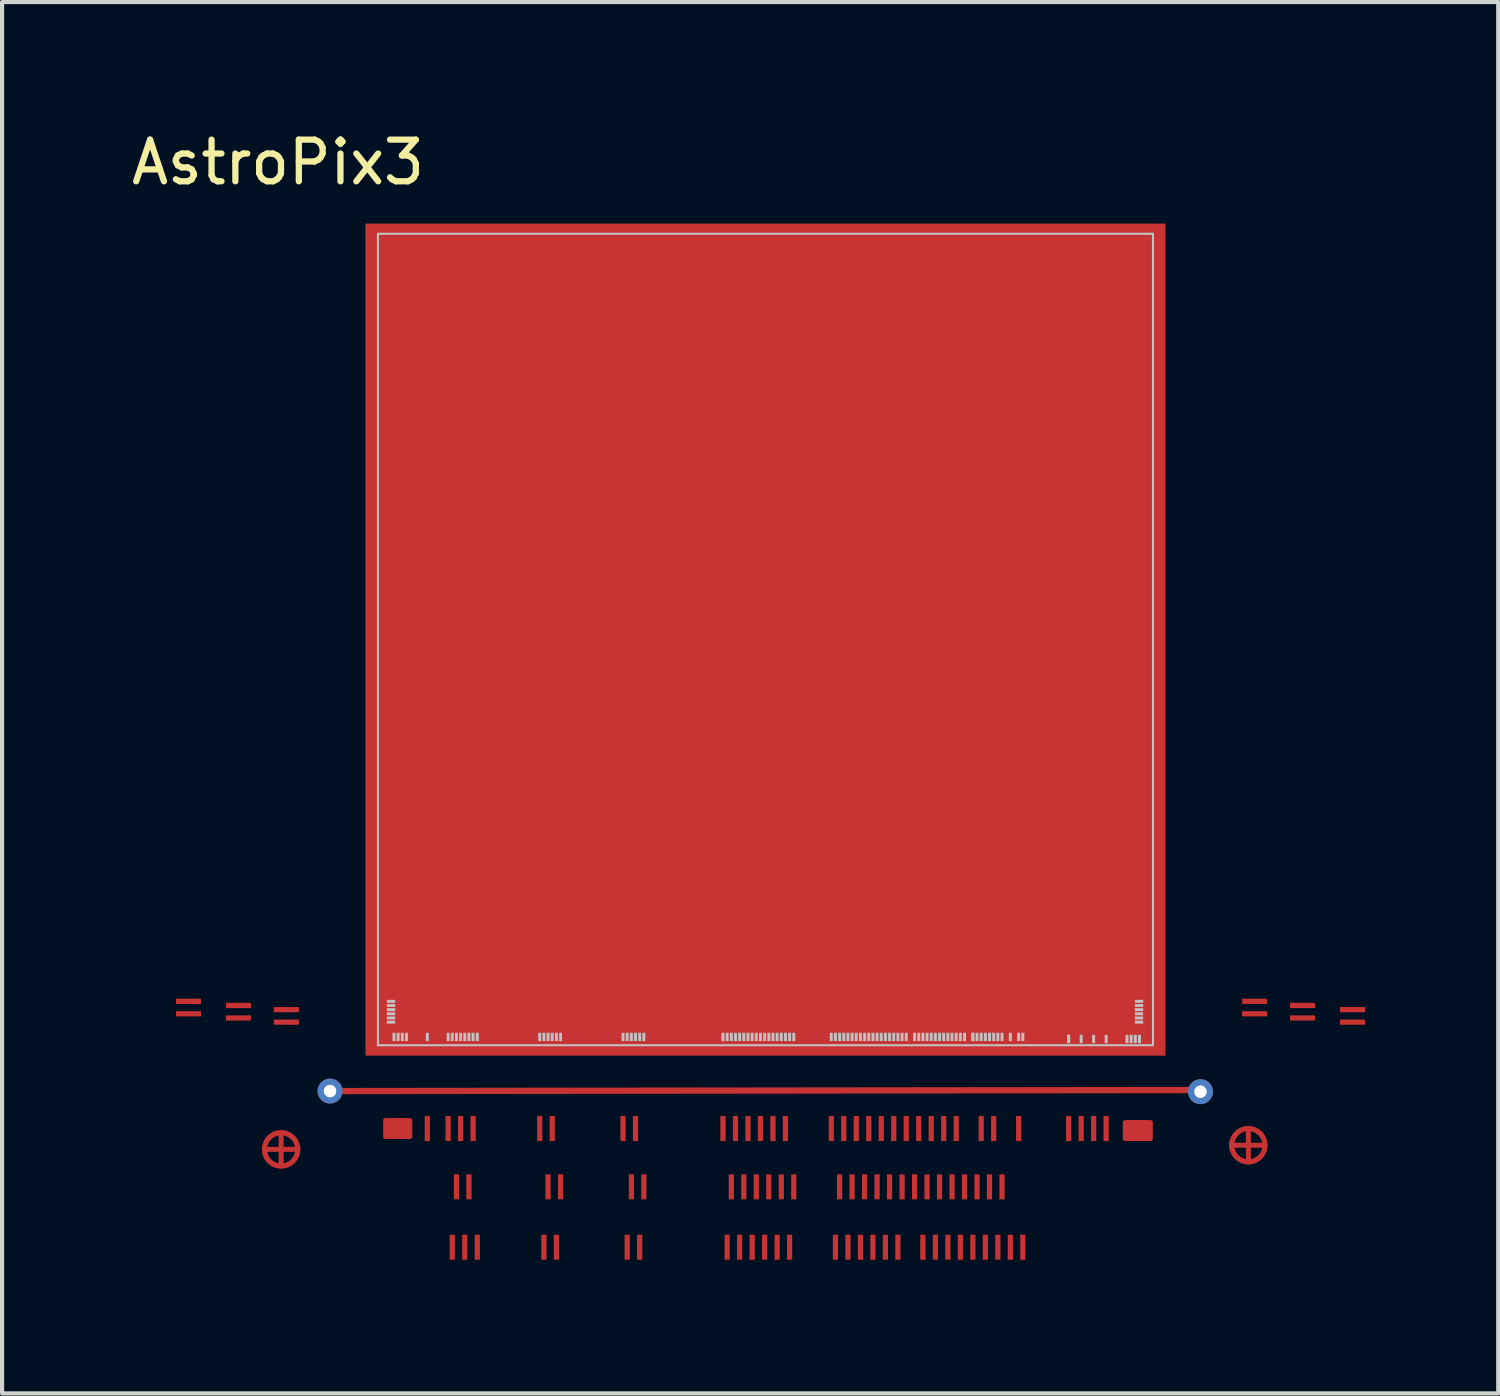
<source format=kicad_pcb>
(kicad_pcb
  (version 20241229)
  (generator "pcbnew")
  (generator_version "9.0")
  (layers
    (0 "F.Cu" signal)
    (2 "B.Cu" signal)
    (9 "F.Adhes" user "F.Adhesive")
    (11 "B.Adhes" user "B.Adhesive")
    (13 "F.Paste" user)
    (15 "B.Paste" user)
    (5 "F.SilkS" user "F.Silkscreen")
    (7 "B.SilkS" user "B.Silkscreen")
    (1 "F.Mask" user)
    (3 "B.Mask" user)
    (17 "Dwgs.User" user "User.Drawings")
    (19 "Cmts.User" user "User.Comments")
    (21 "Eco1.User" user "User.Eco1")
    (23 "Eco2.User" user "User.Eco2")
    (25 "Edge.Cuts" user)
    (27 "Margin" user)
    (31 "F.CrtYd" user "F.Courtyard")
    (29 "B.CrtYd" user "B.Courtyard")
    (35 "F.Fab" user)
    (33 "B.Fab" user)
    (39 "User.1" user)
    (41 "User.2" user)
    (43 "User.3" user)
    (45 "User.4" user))
  (footprint "AstroPix3"
    (layer "F.Cu")
    (at 6.025 22.048)
    (property "Reference" "AstroPix3" (at -2.4 -21.2 0) (layer "F.SilkS") (effects (font (size 1 1) (thickness 0.15))))
    (attr smd)
    (fp_line (start -2.675 2.5) (end -1.925 2.5) (stroke (width 0.12) (type solid)) (layer "F.Cu"))
    (fp_line (start -2.325 2.15) (end -2.325 2.9) (stroke (width 0.12) (type solid)) (layer "F.Cu"))
    (fp_line (start -1.15 1.1) (end 19.61 1.075) (stroke (width 0.15) (type solid)) (layer "F.Cu"))
    (fp_line (start 11.225 -12.5) (end 11.975 -12.5) (stroke (width 0.12) (type solid)) (layer "F.Cu"))
    (fp_line (start 11.575 -12.85) (end 11.575 -12.1) (stroke (width 0.12) (type solid)) (layer "F.Cu"))
    (fp_line (start 20.55 2.4) (end 21.3 2.4) (stroke (width 0.12) (type solid)) (layer "F.Cu"))
    (fp_line (start 20.9 2.05) (end 20.9 2.8) (stroke (width 0.12) (type solid)) (layer "F.Cu"))
    (fp_circle (center -2.325 2.5) (end -1.925 2.5) (stroke (width 0.125) (type solid)) (fill no) (layer "F.Cu"))
    (fp_circle (center 11.575 -12.5) (end 11.975 -12.5) (stroke (width 0.125) (type solid)) (fill no) (layer "F.Cu"))
    (fp_circle (center 20.9 2.4) (end 21.3 2.4) (stroke (width 0.125) (type solid)) (fill no) (layer "F.Cu"))
    (fp_poly (pts (xy 0.775 2.2) (xy 0.175 2.2) (xy 0.175 1.8) (xy 0.775 1.8)) (stroke (width 0.1) (type solid)) (fill yes) (layer "F.Cu"))
    (fp_poly (pts (xy 18.555 2.25) (xy 17.935 2.25) (xy 17.935 1.85) (xy 18.555 1.85)) (stroke (width 0.1) (type solid)) (fill yes) (layer "F.Cu"))
    (fp_rect (start -0.4 1.5) (end 18.8 2.5) (stroke (width 0.12) (type solid)) (fill yes) (layer "F.Mask"))
    (fp_rect (start 1.585 2.9) (end 15.34 3.9) (stroke (width 0.12) (type solid)) (fill yes) (layer "F.Mask"))
    (fp_rect (start 1.595 4.3) (end 15.76 5.3) (stroke (width 0.12) (type solid)) (fill yes) (layer "F.Mask"))
    (fp_circle (center -2.325 2.5) (end -1.95 2.5) (stroke (width 0.2) (type solid)) (fill yes) (layer "F.Mask"))
    (fp_circle (center 11.575 -12.5) (end 11.95 -12.5) (stroke (width 0.2) (type solid)) (fill no) (layer "F.Mask"))
    (fp_circle (center 20.9 2.4) (end 21.275 2.4) (stroke (width 0.2) (type solid)) (fill yes) (layer "F.Mask"))
    (fp_poly (pts (xy -1.8 -0.3) (xy -5 -0.3) (xy -5 -1.15) (xy -1.8 -1.15)) (stroke (width 0.1) (type solid)) (fill yes) (layer "F.Mask"))
    (fp_poly (pts (xy 19.85 1.1) (xy -1.15 1.1) (xy -1.15 -20.5) (xy 19.85 -20.5)) (stroke (width 0.1) (type solid)) (fill yes) (layer "F.Mask"))
    (fp_poly (pts (xy 23.85 -0.4) (xy 20.65 -0.4) (xy 20.65 -1.25) (xy 23.85 -1.25)) (stroke (width 0.1) (type solid)) (fill yes) (layer "F.Mask"))
    (fp_poly (pts (xy 11.8 -12.8) (xy 11.95 -12.55) (xy 11.825 -12.2) (xy 11.35 -12.175) (xy 11.2 -12.625) (xy 11.525 -12.875) (xy 11.55 -12.875)) (stroke (width 0.1) (type solid)) (fill yes) (layer "F.Mask"))
    (fp_line (start 0 -19.485) (end 0 0) (stroke (width 0.05) (type solid)) (layer "Dwgs.User"))
    (fp_line (start 18.61 -19.485) (end 0 -19.485) (stroke (width 0.05) (type solid)) (layer "Dwgs.User"))
    (fp_line (start 18.61 -19.485) (end 18.61 0) (stroke (width 0.05) (type solid)) (layer "Dwgs.User"))
    (fp_line (start 18.61 0) (end 0 0) (stroke (width 0.05) (type solid)) (layer "Dwgs.User"))
    (pad "" smd rect (at 0.315 -1.055 90) (size 0.07 0.2) (layers "Dwgs.User"))
    (pad "" smd rect (at 0.315 -0.955 90) (size 0.07 0.2) (layers "Dwgs.User"))
    (pad "" smd rect (at 0.315 -0.855 90) (size 0.07 0.2) (layers "Dwgs.User"))
    (pad "" smd rect (at 0.315 -0.755 90) (size 0.07 0.2) (layers "Dwgs.User"))
    (pad "" smd rect (at 0.315 -0.655 90) (size 0.07 0.2) (layers "Dwgs.User"))
    (pad "" smd rect (at 0.315 -0.555 90) (size 0.07 0.2) (layers "Dwgs.User"))
    (pad "" smd rect (at 0.385 -0.2) (size 0.07 0.2) (layers "Dwgs.User"))
    (pad "" smd rect (at 0.485 -0.2) (size 0.07 0.2) (layers "Dwgs.User"))
    (pad "" smd rect (at 0.585 -0.2) (size 0.07 0.2) (layers "Dwgs.User"))
    (pad "" smd rect (at 0.685 -0.2) (size 0.07 0.2) (layers "Dwgs.User"))
    (pad "" smd rect (at 1.185 -0.2) (size 0.07 0.2) (layers "Dwgs.User"))
    (pad "" smd rect (at 1.685 -0.2) (size 0.07 0.2) (layers "Dwgs.User"))
    (pad "" smd rect (at 1.785 -0.2) (size 0.07 0.2) (layers "Dwgs.User"))
    (pad "" smd rect (at 1.885 -0.2) (size 0.07 0.2) (layers "Dwgs.User"))
    (pad "" smd rect (at 1.985 -0.2) (size 0.07 0.2) (layers "Dwgs.User"))
    (pad "" smd rect (at 2.085 -0.2) (size 0.07 0.2) (layers "Dwgs.User"))
    (pad "" smd rect (at 2.185 -0.2) (size 0.07 0.2) (layers "Dwgs.User"))
    (pad "" smd rect (at 2.285 -0.2) (size 0.07 0.2) (layers "Dwgs.User"))
    (pad "" smd rect (at 2.385 -0.2) (size 0.07 0.2) (layers "Dwgs.User"))
    (pad "" smd rect (at 3.885 -0.2) (size 0.07 0.2) (layers "Dwgs.User"))
    (pad "" smd rect (at 3.985 -0.2) (size 0.07 0.2) (layers "Dwgs.User"))
    (pad "" smd rect (at 4.085 -0.2) (size 0.07 0.2) (layers "Dwgs.User"))
    (pad "" smd rect (at 4.185 -0.2) (size 0.07 0.2) (layers "Dwgs.User"))
    (pad "" smd rect (at 4.285 -0.2) (size 0.07 0.2) (layers "Dwgs.User"))
    (pad "" smd rect (at 4.385 -0.2) (size 0.07 0.2) (layers "Dwgs.User"))
    (pad "" smd rect (at 5.885 -0.2) (size 0.07 0.2) (layers "Dwgs.User"))
    (pad "" smd rect (at 5.985 -0.2) (size 0.07 0.2) (layers "Dwgs.User"))
    (pad "" smd rect (at 6.085 -0.2) (size 0.07 0.2) (layers "Dwgs.User"))
    (pad "" smd rect (at 6.185 -0.2) (size 0.07 0.2) (layers "Dwgs.User"))
    (pad "" smd rect (at 6.285 -0.2) (size 0.07 0.2) (layers "Dwgs.User"))
    (pad "" smd rect (at 6.385 -0.2) (size 0.07 0.2) (layers "Dwgs.User"))
    (pad "" smd rect (at 8.285 -0.2) (size 0.07 0.2) (layers "Dwgs.User"))
    (pad "" smd rect (at 8.385 -0.2) (size 0.07 0.2) (layers "Dwgs.User"))
    (pad "" smd rect (at 8.485 -0.2) (size 0.07 0.2) (layers "Dwgs.User"))
    (pad "" smd rect (at 8.585 -0.2) (size 0.07 0.2) (layers "Dwgs.User"))
    (pad "" smd rect (at 8.685 -0.2) (size 0.07 0.2) (layers "Dwgs.User"))
    (pad "" smd rect (at 8.785 -0.2) (size 0.07 0.2) (layers "Dwgs.User"))
    (pad "" smd rect (at 8.885 -0.2) (size 0.07 0.2) (layers "Dwgs.User"))
    (pad "" smd rect (at 8.985 -0.2) (size 0.07 0.2) (layers "Dwgs.User"))
    (pad "" smd rect (at 9.085 -0.2) (size 0.07 0.2) (layers "Dwgs.User"))
    (pad "" smd rect (at 9.185 -0.2) (size 0.07 0.2) (layers "Dwgs.User"))
    (pad "" smd rect (at 9.285 -0.2) (size 0.07 0.2) (layers "Dwgs.User"))
    (pad "" smd rect (at 9.385 -0.2) (size 0.07 0.2) (layers "Dwgs.User"))
    (pad "" smd rect (at 9.485 -0.2) (size 0.07 0.2) (layers "Dwgs.User"))
    (pad "" smd rect (at 9.585 -0.2) (size 0.07 0.2) (layers "Dwgs.User"))
    (pad "" smd rect (at 9.685 -0.2) (size 0.07 0.2) (layers "Dwgs.User"))
    (pad "" smd rect (at 9.785 -0.2) (size 0.07 0.2) (layers "Dwgs.User"))
    (pad "" smd rect (at 9.885 -0.2) (size 0.07 0.2) (layers "Dwgs.User"))
    (pad "" smd rect (at 9.985 -0.2) (size 0.07 0.2) (layers "Dwgs.User"))
    (pad "" smd rect (at 10.885 -0.2) (size 0.07 0.2) (layers "Dwgs.User"))
    (pad "" smd rect (at 10.985 -0.2) (size 0.07 0.2) (layers "Dwgs.User"))
    (pad "" smd rect (at 11.085 -0.2) (size 0.07 0.2) (layers "Dwgs.User"))
    (pad "" smd rect (at 11.185 -0.2) (size 0.07 0.2) (layers "Dwgs.User"))
    (pad "" smd rect (at 11.285 -0.2) (size 0.07 0.2) (layers "Dwgs.User"))
    (pad "" smd rect (at 11.385 -0.2) (size 0.07 0.2) (layers "Dwgs.User"))
    (pad "" smd rect (at 11.485 -0.2) (size 0.07 0.2) (layers "Dwgs.User"))
    (pad "" smd rect (at 11.585 -0.2) (size 0.07 0.2) (layers "Dwgs.User"))
    (pad "" smd rect (at 11.685 -0.2) (size 0.07 0.2) (layers "Dwgs.User"))
    (pad "" smd rect (at 11.785 -0.2) (size 0.07 0.2) (layers "Dwgs.User"))
    (pad "" smd rect (at 11.885 -0.2) (size 0.07 0.2) (layers "Dwgs.User"))
    (pad "" smd rect (at 11.985 -0.2) (size 0.07 0.2) (layers "Dwgs.User"))
    (pad "" smd rect (at 12.085 -0.2) (size 0.07 0.2) (layers "Dwgs.User"))
    (pad "" smd rect (at 12.185 -0.2) (size 0.07 0.2) (layers "Dwgs.User"))
    (pad "" smd rect (at 12.285 -0.2) (size 0.07 0.2) (layers "Dwgs.User"))
    (pad "" smd rect (at 12.385 -0.2) (size 0.07 0.2) (layers "Dwgs.User"))
    (pad "" smd rect (at 12.485 -0.2) (size 0.07 0.2) (layers "Dwgs.User"))
    (pad "" smd rect (at 12.585 -0.2) (size 0.07 0.2) (layers "Dwgs.User"))
    (pad "" smd rect (at 12.685 -0.2) (size 0.07 0.2) (layers "Dwgs.User"))
    (pad "" smd rect (at 12.885 -0.2) (size 0.07 0.2) (layers "Dwgs.User"))
    (pad "" smd rect (at 12.985 -0.2) (size 0.07 0.2) (layers "Dwgs.User"))
    (pad "" smd rect (at 13.085 -0.2) (size 0.07 0.2) (layers "Dwgs.User"))
    (pad "" smd rect (at 13.185 -0.2) (size 0.07 0.2) (layers "Dwgs.User"))
    (pad "" smd rect (at 13.285 -0.2) (size 0.07 0.2) (layers "Dwgs.User"))
    (pad "" smd rect (at 13.385 -0.2) (size 0.07 0.2) (layers "Dwgs.User"))
    (pad "" smd rect (at 13.485 -0.2) (size 0.07 0.2) (layers "Dwgs.User"))
    (pad "" smd rect (at 13.585 -0.2) (size 0.07 0.2) (layers "Dwgs.User"))
    (pad "" smd rect (at 13.685 -0.2) (size 0.07 0.2) (layers "Dwgs.User"))
    (pad "" smd rect (at 13.785 -0.2) (size 0.07 0.2) (layers "Dwgs.User"))
    (pad "" smd rect (at 13.885 -0.2) (size 0.07 0.2) (layers "Dwgs.User"))
    (pad "" smd rect (at 13.985 -0.2) (size 0.07 0.2) (layers "Dwgs.User"))
    (pad "" smd rect (at 14.085 -0.2) (size 0.07 0.2) (layers "Dwgs.User"))
    (pad "" smd rect (at 14.285 -0.2) (size 0.07 0.2) (layers "Dwgs.User"))
    (pad "" smd rect (at 14.285 -0.2) (size 0.07 0.2) (layers "Dwgs.User"))
    (pad "" smd rect (at 14.385 -0.2) (size 0.07 0.2) (layers "Dwgs.User"))
    (pad "" smd rect (at 14.485 -0.2) (size 0.07 0.2) (layers "Dwgs.User"))
    (pad "" smd rect (at 14.585 -0.2) (size 0.07 0.2) (layers "Dwgs.User"))
    (pad "" smd rect (at 14.685 -0.2) (size 0.07 0.2) (layers "Dwgs.User"))
    (pad "" smd rect (at 14.785 -0.2) (size 0.07 0.2) (layers "Dwgs.User"))
    (pad "" smd rect (at 14.885 -0.2) (size 0.07 0.2) (layers "Dwgs.User"))
    (pad "" smd rect (at 14.985 -0.2) (size 0.07 0.2) (layers "Dwgs.User"))
    (pad "" smd rect (at 15.185 -0.2) (size 0.07 0.2) (layers "Dwgs.User"))
    (pad "" smd rect (at 15.385 -0.2) (size 0.07 0.2) (layers "Dwgs.User"))
    (pad "" smd rect (at 15.485 -0.2) (size 0.07 0.2) (layers "Dwgs.User"))
    (pad "" smd rect (at 16.585 -0.15) (size 0.07 0.2) (layers "Dwgs.User"))
    (pad "" smd rect (at 16.585 -0.15) (size 0.07 0.2) (layers "Dwgs.User"))
    (pad "" smd rect (at 16.885 -0.15) (size 0.07 0.2) (layers "Dwgs.User"))
    (pad "" smd rect (at 17.185 -0.15) (size 0.07 0.2) (layers "Dwgs.User"))
    (pad "" smd rect (at 17.485 -0.15) (size 0.07 0.2) (layers "Dwgs.User"))
    (pad "" smd rect (at 17.985 -0.15) (size 0.07 0.2) (layers "Dwgs.User"))
    (pad "" smd rect (at 18.085 -0.15) (size 0.07 0.2) (layers "Dwgs.User"))
    (pad "" smd rect (at 18.185 -0.15) (size 0.07 0.2) (layers "Dwgs.User"))
    (pad "" smd rect (at 18.275 -1.055 90) (size 0.07 0.2) (layers "Dwgs.User"))
    (pad "" smd rect (at 18.275 -0.955 90) (size 0.07 0.2) (layers "Dwgs.User"))
    (pad "" smd rect (at 18.275 -0.855 90) (size 0.07 0.2) (layers "Dwgs.User"))
    (pad "" smd rect (at 18.275 -0.755 90) (size 0.07 0.2) (layers "Dwgs.User"))
    (pad "" smd rect (at 18.275 -0.655 90) (size 0.07 0.2) (layers "Dwgs.User"))
    (pad "" smd rect (at 18.275 -0.555 90) (size 0.07 0.2) (layers "Dwgs.User"))
    (pad "" smd rect (at 18.285 -0.15) (size 0.07 0.2) (layers "Dwgs.User"))
    (pad "B0" smd rect (at 9.305 -9.74) (size 19.21 19.98) (layers "F.Cu" "F.Mask" "F.Paste"))
    (pad "B1" smd rect (at 0.325 2) (size 0.125 0.5) (layers "F.Cu" "F.Mask" "F.Paste"))
    (pad "B2" smd rect (at 0.45 2) (size 0.125 0.5) (layers "F.Cu" "F.Mask" "F.Paste"))
    (pad "B3" smd rect (at 0.575 2) (size 0.125 0.5) (layers "F.Cu" "F.Mask" "F.Paste"))
    (pad "B4" smd rect (at 0.71 2) (size 0.125 0.5) (layers "F.Cu" "F.Mask" "F.Paste"))
    (pad "B5" smd rect (at 1.185 2) (size 0.125 0.6) (layers "F.Cu" "F.Mask" "F.Paste"))
    (pad "B6" smd rect (at 1.685 2) (size 0.125 0.6) (layers "F.Cu" "F.Mask" "F.Paste"))
    (pad "B7" smd rect (at 1.785 4.85) (size 0.125 0.6) (layers "F.Cu" "F.Mask" "F.Paste"))
    (pad "B8" smd rect (at 1.885 3.4) (size 0.125 0.6) (layers "F.Cu" "F.Mask" "F.Paste"))
    (pad "B9" smd rect (at 1.985 2) (size 0.125 0.6) (layers "F.Cu" "F.Mask" "F.Paste"))
    (pad "B10" smd rect (at 2.085 4.85) (size 0.125 0.6) (layers "F.Cu" "F.Mask" "F.Paste"))
    (pad "B11" smd rect (at 2.185 3.4) (size 0.125 0.6) (layers "F.Cu" "F.Mask" "F.Paste"))
    (pad "B12" smd rect (at 2.285 2) (size 0.125 0.6) (layers "F.Cu" "F.Mask" "F.Paste"))
    (pad "B13" smd rect (at 2.385 4.85) (size 0.125 0.6) (layers "F.Cu" "F.Mask" "F.Paste"))
    (pad "B14" smd rect (at 3.885 2) (size 0.125 0.6) (layers "F.Cu" "F.Mask" "F.Paste"))
    (pad "B15" smd rect (at 3.985 4.85) (size 0.125 0.6) (layers "F.Cu" "F.Mask" "F.Paste"))
    (pad "B16" smd rect (at 4.085 3.4) (size 0.125 0.6) (layers "F.Cu" "F.Mask" "F.Paste"))
    (pad "B17" smd rect (at 4.185 2) (size 0.125 0.6) (layers "F.Cu" "F.Mask" "F.Paste"))
    (pad "B18" smd rect (at 4.285 4.85) (size 0.125 0.6) (layers "F.Cu" "F.Mask" "F.Paste"))
    (pad "B19" smd rect (at 4.385 3.4) (size 0.125 0.6) (layers "F.Cu" "F.Mask" "F.Paste"))
    (pad "B20" smd rect (at 5.885 2) (size 0.125 0.6) (layers "F.Cu" "F.Mask" "F.Paste"))
    (pad "B21" smd rect (at 5.985 4.85) (size 0.125 0.6) (layers "F.Cu" "F.Mask" "F.Paste"))
    (pad "B22" smd rect (at 6.085 3.4) (size 0.125 0.6) (layers "F.Cu" "F.Mask" "F.Paste"))
    (pad "B23" smd rect (at 6.185 2) (size 0.125 0.6) (layers "F.Cu" "F.Mask" "F.Paste"))
    (pad "B24" smd rect (at 6.285 4.85) (size 0.125 0.6) (layers "F.Cu" "F.Mask" "F.Paste"))
    (pad "B25" smd rect (at 6.385 3.4) (size 0.125 0.6) (layers "F.Cu" "F.Mask" "F.Paste"))
    (pad "B26" smd rect (at 8.285 2) (size 0.125 0.6) (layers "F.Cu" "F.Mask" "F.Paste"))
    (pad "B27" smd rect (at 8.385 4.85) (size 0.125 0.6) (layers "F.Cu" "F.Mask" "F.Paste"))
    (pad "B28" smd rect (at 8.485 3.4) (size 0.125 0.6) (layers "F.Cu" "F.Mask" "F.Paste"))
    (pad "B29" smd rect (at 8.585 2) (size 0.125 0.6) (layers "F.Cu" "F.Mask" "F.Paste"))
    (pad "B30" smd rect (at 8.685 4.85) (size 0.125 0.6) (layers "F.Cu" "F.Mask" "F.Paste"))
    (pad "B31" smd rect (at 8.785 3.4) (size 0.125 0.6) (layers "F.Cu" "F.Mask" "F.Paste"))
    (pad "B32" smd rect (at 8.885 2) (size 0.125 0.6) (layers "F.Cu" "F.Mask" "F.Paste"))
    (pad "B33" smd rect (at 8.985 4.85) (size 0.125 0.6) (layers "F.Cu" "F.Mask" "F.Paste"))
    (pad "B34" smd rect (at 9.085 3.4) (size 0.125 0.6) (layers "F.Cu" "F.Mask" "F.Paste"))
    (pad "B35" smd rect (at 9.185 2) (size 0.125 0.6) (layers "F.Cu" "F.Mask" "F.Paste"))
    (pad "B36" smd rect (at 9.285 4.85) (size 0.125 0.6) (layers "F.Cu" "F.Mask" "F.Paste"))
    (pad "B37" smd rect (at 9.385 3.4) (size 0.125 0.6) (layers "F.Cu" "F.Mask" "F.Paste"))
    (pad "B38" smd rect (at 9.485 2) (size 0.125 0.6) (layers "F.Cu" "F.Mask" "F.Paste"))
    (pad "B39" smd rect (at 9.585 4.85) (size 0.125 0.6) (layers "F.Cu" "F.Mask" "F.Paste"))
    (pad "B40" smd rect (at 9.685 3.4) (size 0.125 0.6) (layers "F.Cu" "F.Mask" "F.Paste"))
    (pad "B41" smd rect (at 9.785 2) (size 0.125 0.6) (layers "F.Cu" "F.Mask" "F.Paste"))
    (pad "B42" smd rect (at 9.885 4.85) (size 0.125 0.6) (layers "F.Cu" "F.Mask" "F.Paste"))
    (pad "B43" smd rect (at 9.985 3.4) (size 0.125 0.6) (layers "F.Cu" "F.Mask" "F.Paste"))
    (pad "B44" smd rect (at 10.885 2) (size 0.125 0.6) (layers "F.Cu" "F.Mask" "F.Paste"))
    (pad "B45" smd rect (at 10.985 4.85) (size 0.125 0.6) (layers "F.Cu" "F.Mask" "F.Paste"))
    (pad "B46" smd rect (at 11.085 3.4) (size 0.125 0.6) (layers "F.Cu" "F.Mask" "F.Paste"))
    (pad "B47" smd rect (at 11.185 2) (size 0.125 0.6) (layers "F.Cu" "F.Mask" "F.Paste"))
    (pad "B48" smd rect (at 11.285 4.85) (size 0.125 0.6) (layers "F.Cu" "F.Mask" "F.Paste"))
    (pad "B49" smd rect (at 11.385 3.4) (size 0.125 0.6) (layers "F.Cu" "F.Mask" "F.Paste"))
    (pad "B50" smd rect (at 11.485 2) (size 0.125 0.6) (layers "F.Cu" "F.Mask" "F.Paste"))
    (pad "B51" smd rect (at 11.585 4.85) (size 0.125 0.6) (layers "F.Cu" "F.Mask" "F.Paste"))
    (pad "B52" smd rect (at 11.685 3.4) (size 0.125 0.6) (layers "F.Cu" "F.Mask" "F.Paste"))
    (pad "B53" smd rect (at 11.785 2) (size 0.125 0.6) (layers "F.Cu" "F.Mask" "F.Paste"))
    (pad "B54" smd rect (at 11.885 4.85) (size 0.125 0.6) (layers "F.Cu" "F.Mask" "F.Paste"))
    (pad "B55" smd rect (at 11.985 3.4) (size 0.125 0.6) (layers "F.Cu" "F.Mask" "F.Paste"))
    (pad "B56" smd rect (at 12.085 2) (size 0.125 0.6) (layers "F.Cu" "F.Mask" "F.Paste"))
    (pad "B57" smd rect (at 12.185 4.85) (size 0.125 0.6) (layers "F.Cu" "F.Mask" "F.Paste"))
    (pad "B58" smd rect (at 12.285 3.4) (size 0.125 0.6) (layers "F.Cu" "F.Mask" "F.Paste"))
    (pad "B59" smd rect (at 12.385 2) (size 0.125 0.6) (layers "F.Cu" "F.Mask" "F.Paste"))
    (pad "B60" smd rect (at 12.485 4.85) (size 0.125 0.6) (layers "F.Cu" "F.Mask" "F.Paste"))
    (pad "B61" smd rect (at 12.585 3.4) (size 0.125 0.6) (layers "F.Cu" "F.Mask" "F.Paste"))
    (pad "B62" smd rect (at 12.685 2) (size 0.125 0.6) (layers "F.Cu" "F.Mask" "F.Paste"))
    (pad "B63" smd rect (at 12.885 3.4) (size 0.125 0.6) (layers "F.Cu" "F.Mask" "F.Paste"))
    (pad "B64" smd rect (at 12.985 2) (size 0.125 0.6) (layers "F.Cu" "F.Mask" "F.Paste"))
    (pad "B65" smd rect (at 13.085 4.85) (size 0.125 0.6) (layers "F.Cu" "F.Mask" "F.Paste"))
    (pad "B66" smd rect (at 13.185 3.4) (size 0.125 0.6) (layers "F.Cu" "F.Mask" "F.Paste"))
    (pad "B67" smd rect (at 13.285 2) (size 0.125 0.6) (layers "F.Cu" "F.Mask" "F.Paste"))
    (pad "B68" smd rect (at 13.385 4.85) (size 0.125 0.6) (layers "F.Cu" "F.Mask" "F.Paste"))
    (pad "B69" smd rect (at 13.485 3.4) (size 0.125 0.6) (layers "F.Cu" "F.Mask" "F.Paste"))
    (pad "B70" smd rect (at 13.585 2) (size 0.125 0.6) (layers "F.Cu" "F.Mask" "F.Paste"))
    (pad "B71" smd rect (at 13.685 4.85) (size 0.125 0.6) (layers "F.Cu" "F.Mask" "F.Paste"))
    (pad "B72" smd rect (at 13.785 3.4) (size 0.125 0.6) (layers "F.Cu" "F.Mask" "F.Paste"))
    (pad "B73" smd rect (at 13.885 2) (size 0.125 0.6) (layers "F.Cu" "F.Mask" "F.Paste"))
    (pad "B74" smd rect (at 13.985 4.85) (size 0.125 0.6) (layers "F.Cu" "F.Mask" "F.Paste"))
    (pad "B75" smd rect (at 14.085 3.4) (size 0.125 0.6) (layers "F.Cu" "F.Mask" "F.Paste"))
    (pad "B76" smd rect (at 14.285 4.85) (size 0.125 0.6) (layers "F.Cu" "F.Mask" "F.Paste"))
    (pad "B77" smd rect (at 14.385 3.4) (size 0.125 0.6) (layers "F.Cu" "F.Mask" "F.Paste"))
    (pad "B78" smd rect (at 14.485 2) (size 0.125 0.6) (layers "F.Cu" "F.Mask" "F.Paste"))
    (pad "B79" smd rect (at 14.585 4.85) (size 0.125 0.6) (layers "F.Cu" "F.Mask" "F.Paste"))
    (pad "B80" smd rect (at 14.685 3.4) (size 0.125 0.6) (layers "F.Cu" "F.Mask" "F.Paste"))
    (pad "B81" smd rect (at 14.785 2) (size 0.125 0.6) (layers "F.Cu" "F.Mask" "F.Paste"))
    (pad "B82" smd rect (at 14.885 4.85) (size 0.125 0.6) (layers "F.Cu" "F.Mask" "F.Paste"))
    (pad "B83" smd rect (at 14.985 3.4) (size 0.125 0.6) (layers "F.Cu" "F.Mask" "F.Paste"))
    (pad "B84" smd rect (at 15.185 4.85) (size 0.125 0.6) (layers "F.Cu" "F.Mask" "F.Paste"))
    (pad "B85" smd rect (at 15.385 2) (size 0.125 0.6) (layers "F.Cu" "F.Mask" "F.Paste"))
    (pad "B86" smd rect (at 15.485 4.85) (size 0.125 0.6) (layers "F.Cu" "F.Mask" "F.Paste"))
    (pad "B87" smd rect (at 16.585 2) (size 0.125 0.6) (layers "F.Cu" "F.Mask" "F.Paste"))
    (pad "B88" smd rect (at 16.885 2) (size 0.125 0.6) (layers "F.Cu" "F.Mask" "F.Paste"))
    (pad "B89" smd rect (at 17.185 2) (size 0.125 0.6) (layers "F.Cu" "F.Mask" "F.Paste"))
    (pad "B90" smd rect (at 17.485 2) (size 0.125 0.6) (layers "F.Cu" "F.Mask" "F.Paste"))
    (pad "B91" smd rect (at 18.065 2.05) (size 0.125 0.5) (layers "F.Cu" "F.Mask" "F.Paste"))
    (pad "B92" smd rect (at 18.19 2.05) (size 0.125 0.5) (layers "F.Cu" "F.Mask" "F.Paste"))
    (pad "B93" smd rect (at 18.315 2.05) (size 0.125 0.5) (layers "F.Cu" "F.Mask" "F.Paste"))
    (pad "B94" smd rect (at 18.45 2.05) (size 0.125 0.5) (layers "F.Cu" "F.Mask" "F.Paste"))
    (pad "L1" smd rect (at -4.55 -1.055 270) (size 0.125 0.6) (layers "F.Cu" "F.Mask" "F.Paste"))
    (pad "L2" smd rect (at -3.35 -0.955 270) (size 0.125 0.6) (layers "F.Cu" "F.Mask" "F.Paste"))
    (pad "L3" smd rect (at -2.2 -0.855 270) (size 0.125 0.6) (layers "F.Cu" "F.Mask" "F.Paste"))
    (pad "L4" smd rect (at -4.55 -0.755 270) (size 0.125 0.6) (layers "F.Cu" "F.Mask" "F.Paste"))
    (pad "L5" smd rect (at -3.35 -0.655 270) (size 0.125 0.6) (layers "F.Cu" "F.Mask" "F.Paste"))
    (pad "L6" smd rect (at -2.2 -0.555 270) (size 0.125 0.6) (layers "F.Cu" "F.Mask" "F.Paste"))
    (pad "R1" smd rect (at 23.4 -0.555 90) (size 0.125 0.6) (layers "F.Cu" "F.Mask" "F.Paste"))
    (pad "R2" smd rect (at 22.2 -0.655 90) (size 0.125 0.6) (layers "F.Cu" "F.Mask" "F.Paste"))
    (pad "R3" smd rect (at 21.05 -0.755 90) (size 0.125 0.6) (layers "F.Cu" "F.Mask" "F.Paste"))
    (pad "R4" smd rect (at 23.4 -0.855 90) (size 0.125 0.6) (layers "F.Cu" "F.Mask" "F.Paste"))
    (pad "R5" smd rect (at 22.2 -0.955 90) (size 0.125 0.6) (layers "F.Cu" "F.Mask" "F.Paste"))
    (pad "R6" smd rect (at 21.05 -1.055 90) (size 0.125 0.6) (layers "F.Cu" "F.Mask" "F.Paste"))
    (pad "Ring1" thru_hole circle (at -1.15 1.1) (size 0.6 0.6) (drill 0.3) (layers "*.Cu" "*.Mask"))
    (pad "Ring1" thru_hole circle (at 19.75 1.115) (size 0.6 0.6) (drill 0.3) (layers "*.Cu" "*.Mask")))
  (gr_rect
    (start -3 -3)
    (end 32.925 30.408)
    (stroke (width 0.1) (type default))
    (fill no)
    (layer "Edge.Cuts")))
</source>
